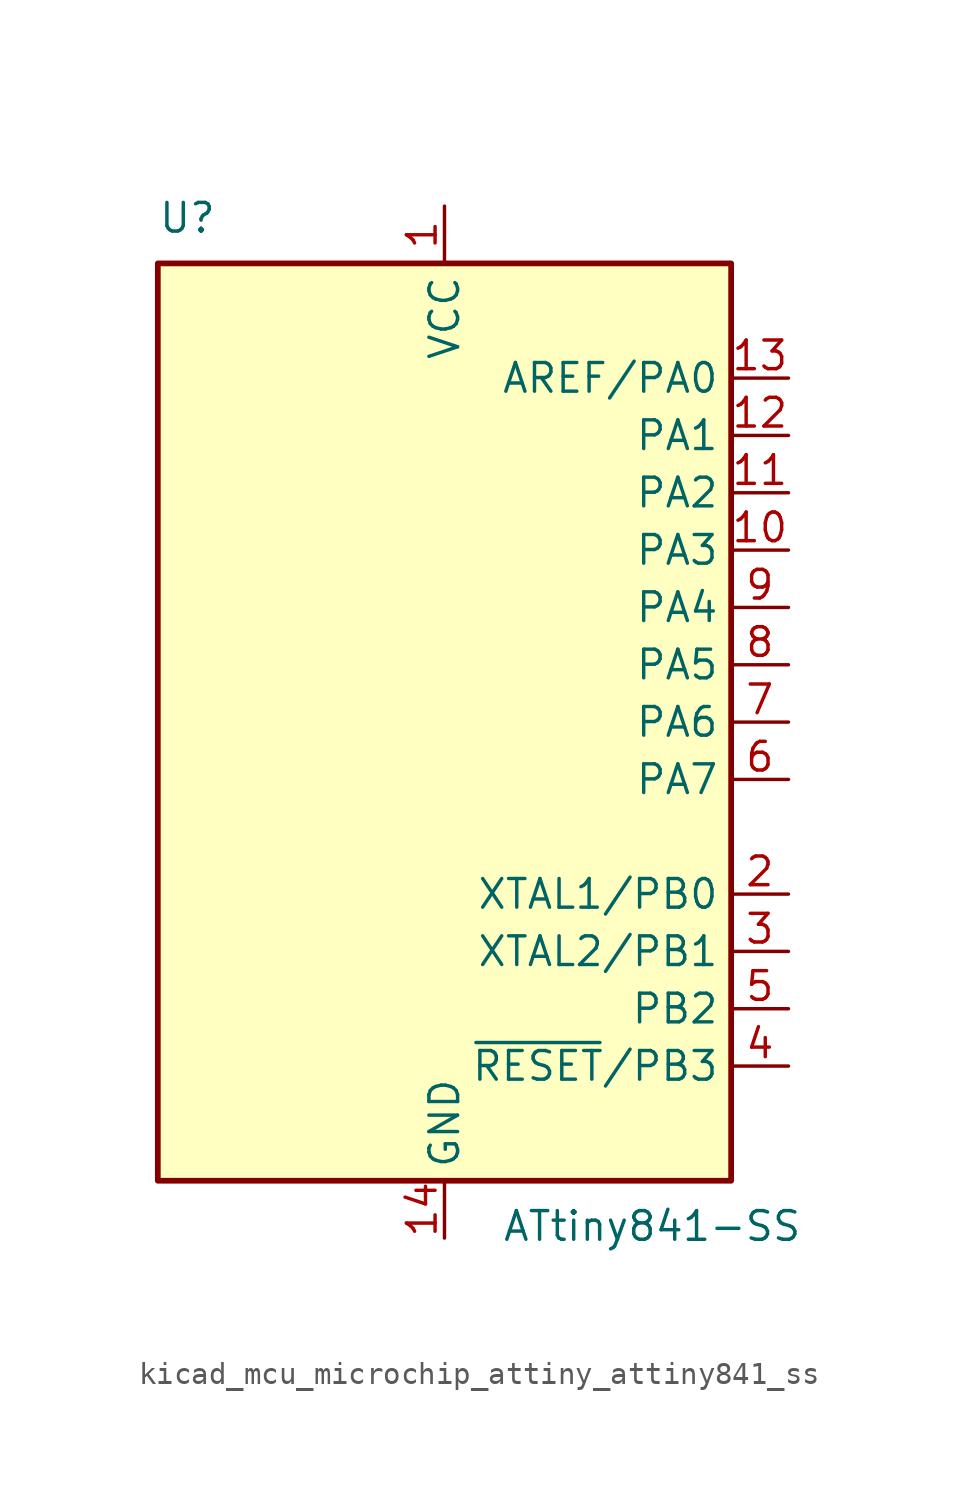
<source format=kicad_sym>
(kicad_symbol_lib
  (version 20220914)
  (generator kicad_symbol_editor)
  (symbol "kicad_mcu_microchip_attiny_attiny841_ss"
    (property "Reference" "U"
      (at -12.7 21.59 0)
      (effects (font (size 1.27 1.27)) (justify left bottom)))
    (property "Value" "ATtiny841-SS"
      (at 2.54 -21.59 0)
      (effects (font (size 1.27 1.27)) (justify left top)))
    (symbol "kicad_mcu_microchip_attiny_attiny841_ss_0_1"
      (rectangle (start -12.7 -20.32) (end 12.7 20.32) (stroke (width 0.254) (type default)) (fill (type background))))
    (symbol "kicad_mcu_microchip_attiny_attiny841_ss_1_1"
      (pin power_in line (at 0 22.86 270) (length 2.54) (name "VCC" (effects (font (size 1.27 1.27)))) (number "1" (effects (font (size 1.27 1.27)))))
      (pin bidirectional line (at 15.24 7.62 180) (length 2.54) (name "PA3" (effects (font (size 1.27 1.27)))) (number "10" (effects (font (size 1.27 1.27)))))
      (pin bidirectional line (at 15.24 10.16 180) (length 2.54) (name "PA2" (effects (font (size 1.27 1.27)))) (number "11" (effects (font (size 1.27 1.27)))))
      (pin bidirectional line (at 15.24 12.7 180) (length 2.54) (name "PA1" (effects (font (size 1.27 1.27)))) (number "12" (effects (font (size 1.27 1.27)))))
      (pin bidirectional line (at 15.24 15.24 180) (length 2.54) (name "AREF/PA0" (effects (font (size 1.27 1.27)))) (number "13" (effects (font (size 1.27 1.27)))))
      (pin power_in line (at 0 -22.86 90) (length 2.54) (name "GND" (effects (font (size 1.27 1.27)))) (number "14" (effects (font (size 1.27 1.27)))))
      (pin bidirectional line (at 15.24 -7.62 180) (length 2.54) (name "XTAL1/PB0" (effects (font (size 1.27 1.27)))) (number "2" (effects (font (size 1.27 1.27)))))
      (pin bidirectional line (at 15.24 -10.16 180) (length 2.54) (name "XTAL2/PB1" (effects (font (size 1.27 1.27)))) (number "3" (effects (font (size 1.27 1.27)))))
      (pin bidirectional line (at 15.24 -15.24 180) (length 2.54) (name "~{RESET}/PB3" (effects (font (size 1.27 1.27)))) (number "4" (effects (font (size 1.27 1.27)))))
      (pin bidirectional line (at 15.24 -12.7 180) (length 2.54) (name "PB2" (effects (font (size 1.27 1.27)))) (number "5" (effects (font (size 1.27 1.27)))))
      (pin bidirectional line (at 15.24 -2.54 180) (length 2.54) (name "PA7" (effects (font (size 1.27 1.27)))) (number "6" (effects (font (size 1.27 1.27)))))
      (pin bidirectional line (at 15.24 0 180) (length 2.54) (name "PA6" (effects (font (size 1.27 1.27)))) (number "7" (effects (font (size 1.27 1.27)))))
      (pin bidirectional line (at 15.24 2.54 180) (length 2.54) (name "PA5" (effects (font (size 1.27 1.27)))) (number "8" (effects (font (size 1.27 1.27)))))
      (pin bidirectional line (at 15.24 5.08 180) (length 2.54) (name "PA4" (effects (font (size 1.27 1.27)))) (number "9" (effects (font (size 1.27 1.27))))))))
</source>
